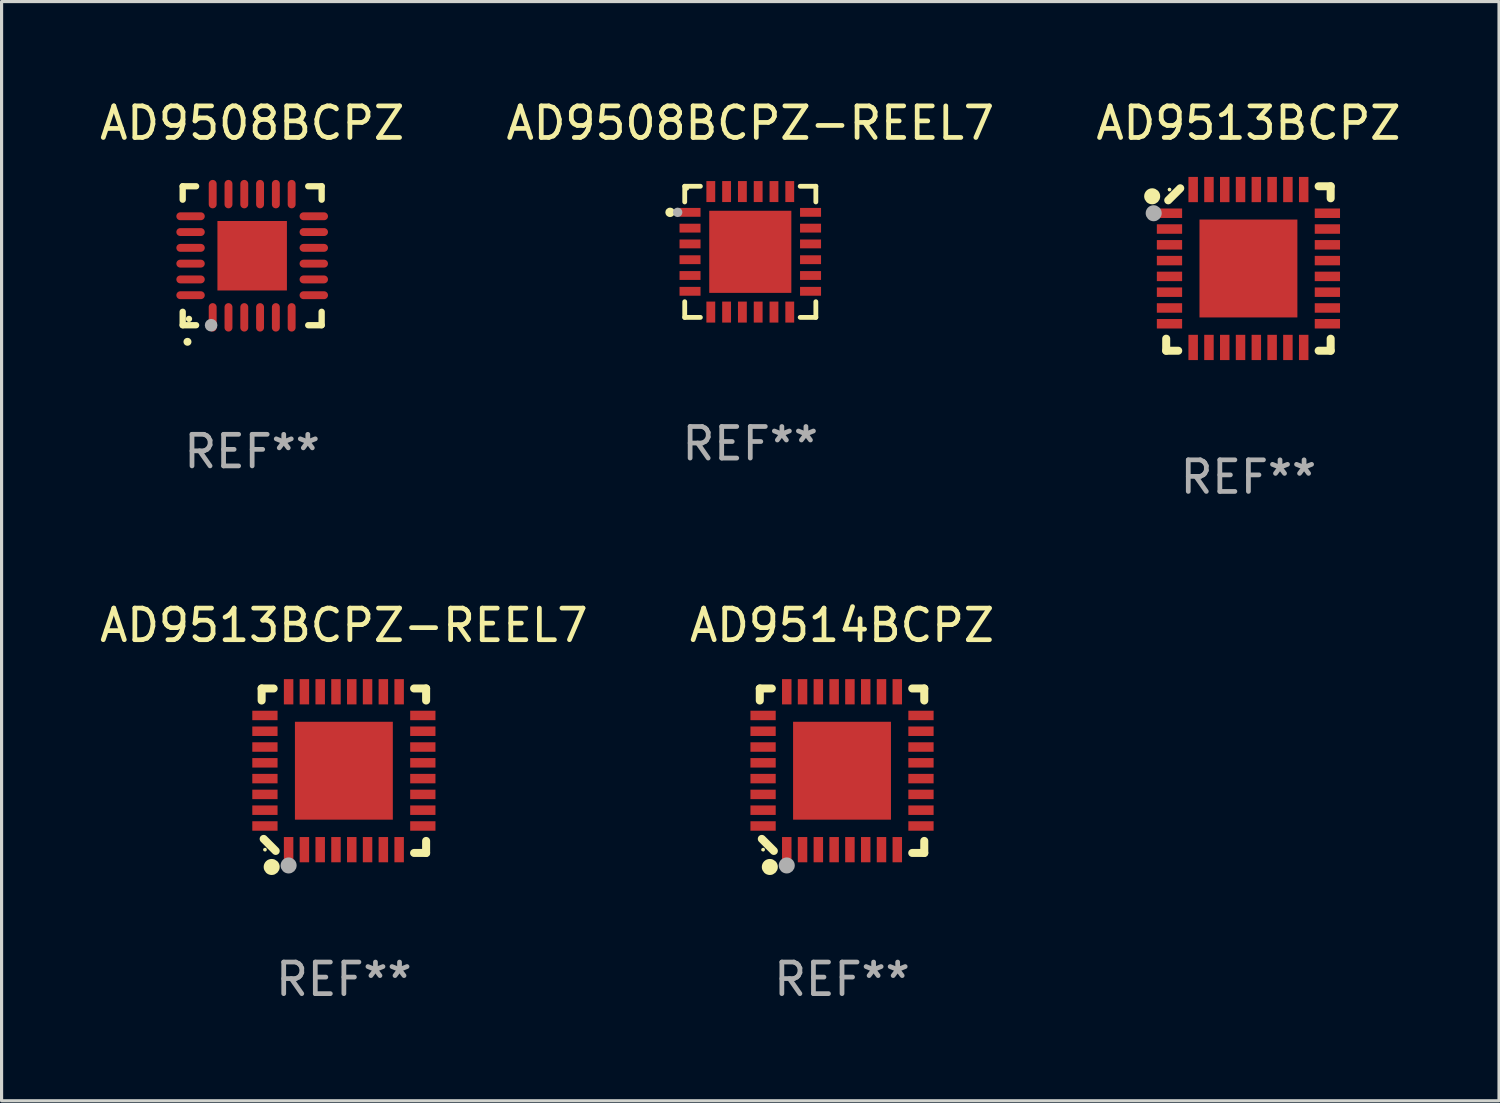
<source format=kicad_pcb>
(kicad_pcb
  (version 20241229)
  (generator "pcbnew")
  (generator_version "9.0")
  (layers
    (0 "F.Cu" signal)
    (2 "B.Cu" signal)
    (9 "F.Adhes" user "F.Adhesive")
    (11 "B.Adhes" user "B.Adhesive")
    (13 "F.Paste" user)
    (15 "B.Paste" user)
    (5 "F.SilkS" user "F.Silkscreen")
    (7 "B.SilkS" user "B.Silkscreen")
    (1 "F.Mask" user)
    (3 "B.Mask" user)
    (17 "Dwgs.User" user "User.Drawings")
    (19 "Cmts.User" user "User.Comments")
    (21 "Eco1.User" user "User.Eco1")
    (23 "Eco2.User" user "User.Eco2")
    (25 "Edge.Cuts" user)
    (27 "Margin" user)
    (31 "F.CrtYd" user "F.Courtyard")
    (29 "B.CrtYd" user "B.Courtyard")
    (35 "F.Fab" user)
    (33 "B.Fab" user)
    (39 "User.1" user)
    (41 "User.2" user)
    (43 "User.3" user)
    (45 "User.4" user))
  (footprint "AD9508BCPZ"
    (layer "F.Cu")
    (at 4.935 5.048)
    (property "Reference" "AD9508BCPZ" (at 0 -4.2 0) (layer "F.SilkS") (effects (font (size 1 1) (thickness 0.15))))
    (attr through_hole)
    (fp_line (start -2.2 -2.2) (end -2.2 -1.775) (stroke (width 0.2) (type solid)) (layer "F.SilkS"))
    (fp_line (start -2.2 2.2) (end -2.2 1.775) (stroke (width 0.2) (type solid)) (layer "F.SilkS"))
    (fp_line (start -1.775 -2.2) (end -2.2 -2.2) (stroke (width 0.2) (type solid)) (layer "F.SilkS"))
    (fp_line (start -1.775 2.2) (end -2.2 2.2) (stroke (width 0.2) (type solid)) (layer "F.SilkS"))
    (fp_line (start 2.2 -2.2) (end 1.775 -2.2) (stroke (width 0.2) (type solid)) (layer "F.SilkS"))
    (fp_line (start 2.2 -1.775) (end 2.2 -2.2) (stroke (width 0.2) (type solid)) (layer "F.SilkS"))
    (fp_line (start 2.2 1.775) (end 2.2 2.2) (stroke (width 0.2) (type solid)) (layer "F.SilkS"))
    (fp_line (start 2.2 2.2) (end 1.775 2.2) (stroke (width 0.2) (type solid)) (layer "F.SilkS"))
    (fp_arc (start -2.049784 2.725425) (mid -2.048514 2.725419) (end -2.047244 2.725425) (stroke (width 0.25) (type solid)) (layer "F.SilkS"))
    (fp_circle (center -2 2) (end -1.95 2) (stroke (width 0.1) (type solid)) (fill no) (layer "F.SilkS"))
    (fp_circle (center -1.3 2.2) (end -1.2 2.2) (stroke (width 0.2) (type solid)) (fill no) (layer "F.Fab"))
    (fp_text user "REF**" (at 0 6.2 0) (layer "F.Fab") (effects (font (size 1 1) (thickness 0.15))))
    (pad "1" smd oval (at -1.25 1.951) (size 0.25 0.9) (layers "F.Cu" "F.Mask" "F.Paste"))
    (pad "2" smd oval (at -0.75 1.951) (size 0.25 0.9) (layers "F.Cu" "F.Mask" "F.Paste"))
    (pad "3" smd oval (at -0.25 1.951) (size 0.25 0.9) (layers "F.Cu" "F.Mask" "F.Paste"))
    (pad "4" smd oval (at 0.25 1.951) (size 0.25 0.9) (layers "F.Cu" "F.Mask" "F.Paste"))
    (pad "5" smd oval (at 0.75 1.951) (size 0.25 0.9) (layers "F.Cu" "F.Mask" "F.Paste"))
    (pad "6" smd oval (at 1.25 1.951) (size 0.25 0.9) (layers "F.Cu" "F.Mask" "F.Paste"))
    (pad "7" smd oval (at 1.951 1.25) (size 0.9 0.25) (layers "F.Cu" "F.Mask" "F.Paste"))
    (pad "8" smd oval (at 1.951 0.75) (size 0.9 0.25) (layers "F.Cu" "F.Mask" "F.Paste"))
    (pad "9" smd oval (at 1.951 0.25) (size 0.9 0.25) (layers "F.Cu" "F.Mask" "F.Paste"))
    (pad "10" smd oval (at 1.951 -0.25) (size 0.9 0.25) (layers "F.Cu" "F.Mask" "F.Paste"))
    (pad "11" smd oval (at 1.951 -0.75) (size 0.9 0.25) (layers "F.Cu" "F.Mask" "F.Paste"))
    (pad "12" smd oval (at 1.951 -1.25) (size 0.9 0.25) (layers "F.Cu" "F.Mask" "F.Paste"))
    (pad "13" smd oval (at 1.25 -1.951) (size 0.25 0.9) (layers "F.Cu" "F.Mask" "F.Paste"))
    (pad "14" smd oval (at 0.75 -1.951) (size 0.25 0.9) (layers "F.Cu" "F.Mask" "F.Paste"))
    (pad "15" smd oval (at 0.25 -1.951) (size 0.25 0.9) (layers "F.Cu" "F.Mask" "F.Paste"))
    (pad "16" smd oval (at -0.25 -1.951) (size 0.25 0.9) (layers "F.Cu" "F.Mask" "F.Paste"))
    (pad "17" smd oval (at -0.75 -1.951) (size 0.25 0.9) (layers "F.Cu" "F.Mask" "F.Paste"))
    (pad "18" smd oval (at -1.25 -1.951) (size 0.25 0.9) (layers "F.Cu" "F.Mask" "F.Paste"))
    (pad "19" smd oval (at -1.951 -1.25) (size 0.9 0.25) (layers "F.Cu" "F.Mask" "F.Paste"))
    (pad "20" smd oval (at -1.951 -0.75) (size 0.9 0.25) (layers "F.Cu" "F.Mask" "F.Paste"))
    (pad "21" smd oval (at -1.951 -0.25) (size 0.9 0.25) (layers "F.Cu" "F.Mask" "F.Paste"))
    (pad "22" smd oval (at -1.951 0.25) (size 0.9 0.25) (layers "F.Cu" "F.Mask" "F.Paste"))
    (pad "23" smd oval (at -1.951 0.75) (size 0.9 0.25) (layers "F.Cu" "F.Mask" "F.Paste"))
    (pad "24" smd oval (at -1.951 1.25) (size 0.9 0.25) (layers "F.Cu" "F.Mask" "F.Paste"))
    (pad "25" smd rect (at 0.000076 0) (size 2.2 2.2) (layers "F.Cu" "F.Mask" "F.Paste")))
  (footprint "AD9508BCPZ-REEL7"
    (layer "F.Cu")
    (at 20.708 4.924)
    (property "Reference" "AD9508BCPZ-REEL7" (at 0 -4.076 0) (layer "F.SilkS") (effects (font (size 1 1) (thickness 0.15))))
    (attr through_hole)
    (fp_line (start -2.076 -2.076) (end -2.076 -1.58) (stroke (width 0.152) (type solid)) (layer "F.SilkS"))
    (fp_line (start -2.076 2.076) (end -2.076 1.58) (stroke (width 0.152) (type solid)) (layer "F.SilkS"))
    (fp_line (start -1.58 -2.076) (end -2.076 -2.076) (stroke (width 0.152) (type solid)) (layer "F.SilkS"))
    (fp_line (start -1.58 2.076) (end -2.076 2.076) (stroke (width 0.152) (type solid)) (layer "F.SilkS"))
    (fp_line (start 1.58 -2.076) (end 2.076 -2.076) (stroke (width 0.152) (type solid)) (layer "F.SilkS"))
    (fp_line (start 1.58 2.076) (end 2.076 2.076) (stroke (width 0.152) (type solid)) (layer "F.SilkS"))
    (fp_line (start 2.076 -2.076) (end 2.076 -1.58) (stroke (width 0.152) (type solid)) (layer "F.SilkS"))
    (fp_line (start 2.076 2.076) (end 2.076 1.58) (stroke (width 0.152) (type solid)) (layer "F.SilkS"))
    (fp_circle (center -2.54 -1.25) (end -2.465 -1.25) (stroke (width 0.15) (type solid)) (fill no) (layer "F.SilkS"))
    (fp_circle (center -2 -2) (end -1.97 -2) (stroke (width 0.06) (type solid)) (fill no) (layer "F.SilkS"))
    (fp_circle (center -2.3 -1.25) (end -2.225 -1.25) (stroke (width 0.15) (type solid)) (fill no) (layer "F.Fab"))
    (fp_text user "REF**" (at 0 6.076 0) (layer "F.Fab") (effects (font (size 1 1) (thickness 0.15))))
    (pad "1" smd rect (at -1.908 -1.25) (size 0.665 0.28) (layers "F.Cu" "F.Mask" "F.Paste"))
    (pad "2" smd rect (at -1.908 -0.75) (size 0.665 0.28) (layers "F.Cu" "F.Mask" "F.Paste"))
    (pad "3" smd rect (at -1.908 -0.25) (size 0.665 0.28) (layers "F.Cu" "F.Mask" "F.Paste"))
    (pad "4" smd rect (at -1.908 0.25) (size 0.665 0.28) (layers "F.Cu" "F.Mask" "F.Paste"))
    (pad "5" smd rect (at -1.908 0.75) (size 0.665 0.28) (layers "F.Cu" "F.Mask" "F.Paste"))
    (pad "6" smd rect (at -1.908 1.25) (size 0.665 0.28) (layers "F.Cu" "F.Mask" "F.Paste"))
    (pad "7" smd rect (at -1.25 1.908) (size 0.28 0.665) (layers "F.Cu" "F.Mask" "F.Paste"))
    (pad "8" smd rect (at -0.75 1.908) (size 0.28 0.665) (layers "F.Cu" "F.Mask" "F.Paste"))
    (pad "9" smd rect (at -0.25 1.908) (size 0.28 0.665) (layers "F.Cu" "F.Mask" "F.Paste"))
    (pad "10" smd rect (at 0.25 1.908) (size 0.28 0.665) (layers "F.Cu" "F.Mask" "F.Paste"))
    (pad "11" smd rect (at 0.75 1.908) (size 0.28 0.665) (layers "F.Cu" "F.Mask" "F.Paste"))
    (pad "12" smd rect (at 1.25 1.908) (size 0.28 0.665) (layers "F.Cu" "F.Mask" "F.Paste"))
    (pad "13" smd rect (at 1.908 1.25) (size 0.665 0.28) (layers "F.Cu" "F.Mask" "F.Paste"))
    (pad "14" smd rect (at 1.908 0.75) (size 0.665 0.28) (layers "F.Cu" "F.Mask" "F.Paste"))
    (pad "15" smd rect (at 1.908 0.25) (size 0.665 0.28) (layers "F.Cu" "F.Mask" "F.Paste"))
    (pad "16" smd rect (at 1.908 -0.25) (size 0.665 0.28) (layers "F.Cu" "F.Mask" "F.Paste"))
    (pad "17" smd rect (at 1.908 -0.75) (size 0.665 0.28) (layers "F.Cu" "F.Mask" "F.Paste"))
    (pad "18" smd rect (at 1.908 -1.25) (size 0.665 0.28) (layers "F.Cu" "F.Mask" "F.Paste"))
    (pad "19" smd rect (at 1.25 -1.908) (size 0.28 0.665) (layers "F.Cu" "F.Mask" "F.Paste"))
    (pad "20" smd rect (at 0.75 -1.908) (size 0.28 0.665) (layers "F.Cu" "F.Mask" "F.Paste"))
    (pad "21" smd rect (at 0.25 -1.908) (size 0.28 0.665) (layers "F.Cu" "F.Mask" "F.Paste"))
    (pad "22" smd rect (at -0.25 -1.908) (size 0.28 0.665) (layers "F.Cu" "F.Mask" "F.Paste"))
    (pad "23" smd rect (at -0.75 -1.908) (size 0.28 0.665) (layers "F.Cu" "F.Mask" "F.Paste"))
    (pad "24" smd rect (at -1.25 -1.908) (size 0.28 0.665) (layers "F.Cu" "F.Mask" "F.Paste"))
    (pad "25" smd rect (at 0 0) (size 2.6 2.6) (layers "F.Cu" "F.Mask" "F.Paste")))
  (footprint "AD9513BCPZ-REEL7"
    (layer "F.Cu")
    (at 7.839 21.355)
    (property "Reference" "AD9513BCPZ-REEL7" (at 0 -4.604 0) (layer "F.SilkS") (effects (font (size 1 1) (thickness 0.15))))
    (attr through_hole)
    (fp_line (start -2.604 -2.604) (end -2.604 -2.223) (stroke (width 0.254) (type solid)) (layer "F.SilkS"))
    (fp_line (start -2.54 2.159) (end -2.159 2.54) (stroke (width 0.254) (type solid)) (layer "F.SilkS"))
    (fp_line (start -2.223 -2.604) (end -2.604 -2.604) (stroke (width 0.254) (type solid)) (layer "F.SilkS"))
    (fp_line (start 2.223 2.604) (end 2.604 2.604) (stroke (width 0.254) (type solid)) (layer "F.SilkS"))
    (fp_line (start 2.604 -2.604) (end 2.223 -2.604) (stroke (width 0.254) (type solid)) (layer "F.SilkS"))
    (fp_line (start 2.604 -2.223) (end 2.604 -2.604) (stroke (width 0.254) (type solid)) (layer "F.SilkS"))
    (fp_line (start 2.604 2.604) (end 2.604 2.223) (stroke (width 0.254) (type solid)) (layer "F.SilkS"))
    (fp_circle (center -2.5 2.5) (end -2.47 2.5) (stroke (width 0.06) (type solid)) (fill no) (layer "F.SilkS"))
    (fp_circle (center -2.286 3.048) (end -2.159 3.048) (stroke (width 0.254) (type solid)) (fill no) (layer "F.SilkS"))
    (fp_circle (center -1.75 3) (end -1.623 3) (stroke (width 0.254) (type solid)) (fill no) (layer "F.Fab"))
    (fp_text user "REF**" (at 0 6.604 0) (layer "F.Fab") (effects (font (size 1 1) (thickness 0.15))))
    (pad "1" smd rect (at -1.75 2.5) (size 0.3 0.8) (layers "F.Cu" "F.Mask" "F.Paste"))
    (pad "2" smd rect (at -1.25 2.5) (size 0.3 0.8) (layers "F.Cu" "F.Mask" "F.Paste"))
    (pad "3" smd rect (at -0.75 2.5) (size 0.3 0.8) (layers "F.Cu" "F.Mask" "F.Paste"))
    (pad "4" smd rect (at -0.25 2.5) (size 0.3 0.8) (layers "F.Cu" "F.Mask" "F.Paste"))
    (pad "5" smd rect (at 0.25 2.5) (size 0.3 0.8) (layers "F.Cu" "F.Mask" "F.Paste"))
    (pad "6" smd rect (at 0.75 2.5) (size 0.3 0.8) (layers "F.Cu" "F.Mask" "F.Paste"))
    (pad "7" smd rect (at 1.25 2.5) (size 0.3 0.8) (layers "F.Cu" "F.Mask" "F.Paste"))
    (pad "8" smd rect (at 1.75 2.5) (size 0.3 0.8) (layers "F.Cu" "F.Mask" "F.Paste"))
    (pad "9" smd rect (at 2.5 1.75) (size 0.8 0.3) (layers "F.Cu" "F.Mask" "F.Paste"))
    (pad "10" smd rect (at 2.5 1.25) (size 0.8 0.3) (layers "F.Cu" "F.Mask" "F.Paste"))
    (pad "11" smd rect (at 2.5 0.75) (size 0.8 0.3) (layers "F.Cu" "F.Mask" "F.Paste"))
    (pad "12" smd rect (at 2.5 0.25) (size 0.8 0.3) (layers "F.Cu" "F.Mask" "F.Paste"))
    (pad "13" smd rect (at 2.5 -0.25) (size 0.8 0.3) (layers "F.Cu" "F.Mask" "F.Paste"))
    (pad "14" smd rect (at 2.5 -0.75) (size 0.8 0.3) (layers "F.Cu" "F.Mask" "F.Paste"))
    (pad "15" smd rect (at 2.5 -1.25) (size 0.8 0.3) (layers "F.Cu" "F.Mask" "F.Paste"))
    (pad "16" smd rect (at 2.5 -1.75) (size 0.8 0.3) (layers "F.Cu" "F.Mask" "F.Paste"))
    (pad "17" smd rect (at 1.75 -2.5) (size 0.3 0.8) (layers "F.Cu" "F.Mask" "F.Paste"))
    (pad "18" smd rect (at 1.25 -2.5) (size 0.3 0.8) (layers "F.Cu" "F.Mask" "F.Paste"))
    (pad "19" smd rect (at 0.75 -2.5) (size 0.3 0.8) (layers "F.Cu" "F.Mask" "F.Paste"))
    (pad "20" smd rect (at 0.25 -2.5) (size 0.3 0.8) (layers "F.Cu" "F.Mask" "F.Paste"))
    (pad "21" smd rect (at -0.25 -2.5) (size 0.3 0.8) (layers "F.Cu" "F.Mask" "F.Paste"))
    (pad "22" smd rect (at -0.75 -2.5) (size 0.3 0.8) (layers "F.Cu" "F.Mask" "F.Paste"))
    (pad "23" smd rect (at -1.25 -2.5) (size 0.3 0.8) (layers "F.Cu" "F.Mask" "F.Paste"))
    (pad "24" smd rect (at -1.75 -2.5) (size 0.3 0.8) (layers "F.Cu" "F.Mask" "F.Paste"))
    (pad "25" smd rect (at -2.5 -1.75) (size 0.8 0.3) (layers "F.Cu" "F.Mask" "F.Paste"))
    (pad "26" smd rect (at -2.5 -1.25) (size 0.8 0.3) (layers "F.Cu" "F.Mask" "F.Paste"))
    (pad "27" smd rect (at -2.5 -0.75) (size 0.8 0.3) (layers "F.Cu" "F.Mask" "F.Paste"))
    (pad "28" smd rect (at -2.5 -0.25) (size 0.8 0.3) (layers "F.Cu" "F.Mask" "F.Paste"))
    (pad "29" smd rect (at -2.5 0.25) (size 0.8 0.3) (layers "F.Cu" "F.Mask" "F.Paste"))
    (pad "30" smd rect (at -2.5 0.75) (size 0.8 0.3) (layers "F.Cu" "F.Mask" "F.Paste"))
    (pad "31" smd rect (at -2.5 1.25) (size 0.8 0.3) (layers "F.Cu" "F.Mask" "F.Paste"))
    (pad "32" smd rect (at -2.5 1.75) (size 0.8 0.3) (layers "F.Cu" "F.Mask" "F.Paste"))
    (pad "33" smd rect (at 0 -0.000025) (size 3.1 3.1) (layers "F.Cu" "F.Mask" "F.Paste")))
  (footprint "AD9513BCPZ"
    (layer "F.Cu")
    (at 36.482 5.452)
    (property "Reference" "AD9513BCPZ" (at 0 -4.604 0) (layer "F.SilkS") (effects (font (size 1 1) (thickness 0.15))))
    (attr through_hole)
    (fp_line (start -2.604 2.223) (end -2.604 2.604) (stroke (width 0.254) (type solid)) (layer "F.SilkS"))
    (fp_line (start -2.604 2.604) (end -2.223 2.604) (stroke (width 0.254) (type solid)) (layer "F.SilkS"))
    (fp_line (start -2.159 -2.54) (end -2.54 -2.159) (stroke (width 0.254) (type solid)) (layer "F.SilkS"))
    (fp_line (start 2.223 2.604) (end 2.604 2.604) (stroke (width 0.254) (type solid)) (layer "F.SilkS"))
    (fp_line (start 2.604 -2.604) (end 2.223 -2.604) (stroke (width 0.254) (type solid)) (layer "F.SilkS"))
    (fp_line (start 2.604 -2.223) (end 2.604 -2.604) (stroke (width 0.254) (type solid)) (layer "F.SilkS"))
    (fp_line (start 2.604 2.604) (end 2.604 2.223) (stroke (width 0.254) (type solid)) (layer "F.SilkS"))
    (fp_circle (center -3.048 -2.286) (end -2.921 -2.286) (stroke (width 0.254) (type solid)) (fill no) (layer "F.SilkS"))
    (fp_circle (center -2.5 -2.5) (end -2.47 -2.5) (stroke (width 0.06) (type solid)) (fill no) (layer "F.SilkS"))
    (fp_circle (center -3 -1.75) (end -2.873 -1.75) (stroke (width 0.254) (type solid)) (fill no) (layer "F.Fab"))
    (fp_text user "REF**" (at 0 6.604 0) (layer "F.Fab") (effects (font (size 1 1) (thickness 0.15))))
    (pad "1" smd rect (at -2.5 -1.75 270) (size 0.3 0.8) (layers "F.Cu" "F.Mask" "F.Paste"))
    (pad "2" smd rect (at -2.5 -1.25 270) (size 0.3 0.8) (layers "F.Cu" "F.Mask" "F.Paste"))
    (pad "3" smd rect (at -2.5 -0.75 270) (size 0.3 0.8) (layers "F.Cu" "F.Mask" "F.Paste"))
    (pad "4" smd rect (at -2.5 -0.25 270) (size 0.3 0.8) (layers "F.Cu" "F.Mask" "F.Paste"))
    (pad "5" smd rect (at -2.5 0.25 270) (size 0.3 0.8) (layers "F.Cu" "F.Mask" "F.Paste"))
    (pad "6" smd rect (at -2.5 0.75 270) (size 0.3 0.8) (layers "F.Cu" "F.Mask" "F.Paste"))
    (pad "7" smd rect (at -2.5 1.25 270) (size 0.3 0.8) (layers "F.Cu" "F.Mask" "F.Paste"))
    (pad "8" smd rect (at -2.5 1.75 270) (size 0.3 0.8) (layers "F.Cu" "F.Mask" "F.Paste"))
    (pad "9" smd rect (at -1.75 2.5 270) (size 0.8 0.3) (layers "F.Cu" "F.Mask" "F.Paste"))
    (pad "10" smd rect (at -1.25 2.5 270) (size 0.8 0.3) (layers "F.Cu" "F.Mask" "F.Paste"))
    (pad "11" smd rect (at -0.75 2.5 270) (size 0.8 0.3) (layers "F.Cu" "F.Mask" "F.Paste"))
    (pad "12" smd rect (at -0.25 2.5 270) (size 0.8 0.3) (layers "F.Cu" "F.Mask" "F.Paste"))
    (pad "13" smd rect (at 0.25 2.5 270) (size 0.8 0.3) (layers "F.Cu" "F.Mask" "F.Paste"))
    (pad "14" smd rect (at 0.75 2.5 270) (size 0.8 0.3) (layers "F.Cu" "F.Mask" "F.Paste"))
    (pad "15" smd rect (at 1.25 2.5 270) (size 0.8 0.3) (layers "F.Cu" "F.Mask" "F.Paste"))
    (pad "16" smd rect (at 1.75 2.5 270) (size 0.8 0.3) (layers "F.Cu" "F.Mask" "F.Paste"))
    (pad "17" smd rect (at 2.5 1.75 270) (size 0.3 0.8) (layers "F.Cu" "F.Mask" "F.Paste"))
    (pad "18" smd rect (at 2.5 1.25 270) (size 0.3 0.8) (layers "F.Cu" "F.Mask" "F.Paste"))
    (pad "19" smd rect (at 2.5 0.75 270) (size 0.3 0.8) (layers "F.Cu" "F.Mask" "F.Paste"))
    (pad "20" smd rect (at 2.5 0.25 270) (size 0.3 0.8) (layers "F.Cu" "F.Mask" "F.Paste"))
    (pad "21" smd rect (at 2.5 -0.25 270) (size 0.3 0.8) (layers "F.Cu" "F.Mask" "F.Paste"))
    (pad "22" smd rect (at 2.5 -0.75 270) (size 0.3 0.8) (layers "F.Cu" "F.Mask" "F.Paste"))
    (pad "23" smd rect (at 2.5 -1.25 270) (size 0.3 0.8) (layers "F.Cu" "F.Mask" "F.Paste"))
    (pad "24" smd rect (at 2.5 -1.75 270) (size 0.3 0.8) (layers "F.Cu" "F.Mask" "F.Paste"))
    (pad "25" smd rect (at 1.75 -2.5 270) (size 0.8 0.3) (layers "F.Cu" "F.Mask" "F.Paste"))
    (pad "26" smd rect (at 1.25 -2.5 270) (size 0.8 0.3) (layers "F.Cu" "F.Mask" "F.Paste"))
    (pad "27" smd rect (at 0.75 -2.5 270) (size 0.8 0.3) (layers "F.Cu" "F.Mask" "F.Paste"))
    (pad "28" smd rect (at 0.25 -2.5 270) (size 0.8 0.3) (layers "F.Cu" "F.Mask" "F.Paste"))
    (pad "29" smd rect (at -0.25 -2.5 270) (size 0.8 0.3) (layers "F.Cu" "F.Mask" "F.Paste"))
    (pad "30" smd rect (at -0.75 -2.5 270) (size 0.8 0.3) (layers "F.Cu" "F.Mask" "F.Paste"))
    (pad "31" smd rect (at -1.25 -2.5 270) (size 0.8 0.3) (layers "F.Cu" "F.Mask" "F.Paste"))
    (pad "32" smd rect (at -1.75 -2.5 270) (size 0.8 0.3) (layers "F.Cu" "F.Mask" "F.Paste"))
    (pad "33" smd rect (at 0.000025 0 270) (size 3.1 3.1) (layers "F.Cu" "F.Mask" "F.Paste")))
  (footprint "AD9514BCPZ"
    (layer "F.Cu")
    (at 23.613 21.355)
    (property "Reference" "AD9514BCPZ" (at 0 -4.604 0) (layer "F.SilkS") (effects (font (size 1 1) (thickness 0.15))))
    (attr through_hole)
    (fp_line (start -2.604 -2.604) (end -2.604 -2.223) (stroke (width 0.254) (type solid)) (layer "F.SilkS"))
    (fp_line (start -2.54 2.159) (end -2.159 2.54) (stroke (width 0.254) (type solid)) (layer "F.SilkS"))
    (fp_line (start -2.223 -2.604) (end -2.604 -2.604) (stroke (width 0.254) (type solid)) (layer "F.SilkS"))
    (fp_line (start 2.223 2.604) (end 2.604 2.604) (stroke (width 0.254) (type solid)) (layer "F.SilkS"))
    (fp_line (start 2.604 -2.604) (end 2.223 -2.604) (stroke (width 0.254) (type solid)) (layer "F.SilkS"))
    (fp_line (start 2.604 -2.223) (end 2.604 -2.604) (stroke (width 0.254) (type solid)) (layer "F.SilkS"))
    (fp_line (start 2.604 2.604) (end 2.604 2.223) (stroke (width 0.254) (type solid)) (layer "F.SilkS"))
    (fp_circle (center -2.5 2.5) (end -2.47 2.5) (stroke (width 0.06) (type solid)) (fill no) (layer "F.SilkS"))
    (fp_circle (center -2.286 3.048) (end -2.159 3.048) (stroke (width 0.254) (type solid)) (fill no) (layer "F.SilkS"))
    (fp_circle (center -1.75 3) (end -1.623 3) (stroke (width 0.254) (type solid)) (fill no) (layer "F.Fab"))
    (fp_text user "REF**" (at 0 6.604 0) (layer "F.Fab") (effects (font (size 1 1) (thickness 0.15))))
    (pad "1" smd rect (at -1.75 2.5) (size 0.3 0.8) (layers "F.Cu" "F.Mask" "F.Paste"))
    (pad "2" smd rect (at -1.25 2.5) (size 0.3 0.8) (layers "F.Cu" "F.Mask" "F.Paste"))
    (pad "3" smd rect (at -0.75 2.5) (size 0.3 0.8) (layers "F.Cu" "F.Mask" "F.Paste"))
    (pad "4" smd rect (at -0.25 2.5) (size 0.3 0.8) (layers "F.Cu" "F.Mask" "F.Paste"))
    (pad "5" smd rect (at 0.25 2.5) (size 0.3 0.8) (layers "F.Cu" "F.Mask" "F.Paste"))
    (pad "6" smd rect (at 0.75 2.5) (size 0.3 0.8) (layers "F.Cu" "F.Mask" "F.Paste"))
    (pad "7" smd rect (at 1.25 2.5) (size 0.3 0.8) (layers "F.Cu" "F.Mask" "F.Paste"))
    (pad "8" smd rect (at 1.75 2.5) (size 0.3 0.8) (layers "F.Cu" "F.Mask" "F.Paste"))
    (pad "9" smd rect (at 2.5 1.75) (size 0.8 0.3) (layers "F.Cu" "F.Mask" "F.Paste"))
    (pad "10" smd rect (at 2.5 1.25) (size 0.8 0.3) (layers "F.Cu" "F.Mask" "F.Paste"))
    (pad "11" smd rect (at 2.5 0.75) (size 0.8 0.3) (layers "F.Cu" "F.Mask" "F.Paste"))
    (pad "12" smd rect (at 2.5 0.25) (size 0.8 0.3) (layers "F.Cu" "F.Mask" "F.Paste"))
    (pad "13" smd rect (at 2.5 -0.25) (size 0.8 0.3) (layers "F.Cu" "F.Mask" "F.Paste"))
    (pad "14" smd rect (at 2.5 -0.75) (size 0.8 0.3) (layers "F.Cu" "F.Mask" "F.Paste"))
    (pad "15" smd rect (at 2.5 -1.25) (size 0.8 0.3) (layers "F.Cu" "F.Mask" "F.Paste"))
    (pad "16" smd rect (at 2.5 -1.75) (size 0.8 0.3) (layers "F.Cu" "F.Mask" "F.Paste"))
    (pad "17" smd rect (at 1.75 -2.5) (size 0.3 0.8) (layers "F.Cu" "F.Mask" "F.Paste"))
    (pad "18" smd rect (at 1.25 -2.5) (size 0.3 0.8) (layers "F.Cu" "F.Mask" "F.Paste"))
    (pad "19" smd rect (at 0.75 -2.5) (size 0.3 0.8) (layers "F.Cu" "F.Mask" "F.Paste"))
    (pad "20" smd rect (at 0.25 -2.5) (size 0.3 0.8) (layers "F.Cu" "F.Mask" "F.Paste"))
    (pad "21" smd rect (at -0.25 -2.5) (size 0.3 0.8) (layers "F.Cu" "F.Mask" "F.Paste"))
    (pad "22" smd rect (at -0.75 -2.5) (size 0.3 0.8) (layers "F.Cu" "F.Mask" "F.Paste"))
    (pad "23" smd rect (at -1.25 -2.5) (size 0.3 0.8) (layers "F.Cu" "F.Mask" "F.Paste"))
    (pad "24" smd rect (at -1.75 -2.5) (size 0.3 0.8) (layers "F.Cu" "F.Mask" "F.Paste"))
    (pad "25" smd rect (at -2.5 -1.75) (size 0.8 0.3) (layers "F.Cu" "F.Mask" "F.Paste"))
    (pad "26" smd rect (at -2.5 -1.25) (size 0.8 0.3) (layers "F.Cu" "F.Mask" "F.Paste"))
    (pad "27" smd rect (at -2.5 -0.75) (size 0.8 0.3) (layers "F.Cu" "F.Mask" "F.Paste"))
    (pad "28" smd rect (at -2.5 -0.25) (size 0.8 0.3) (layers "F.Cu" "F.Mask" "F.Paste"))
    (pad "29" smd rect (at -2.5 0.25) (size 0.8 0.3) (layers "F.Cu" "F.Mask" "F.Paste"))
    (pad "30" smd rect (at -2.5 0.75) (size 0.8 0.3) (layers "F.Cu" "F.Mask" "F.Paste"))
    (pad "31" smd rect (at -2.5 1.25) (size 0.8 0.3) (layers "F.Cu" "F.Mask" "F.Paste"))
    (pad "32" smd rect (at -2.5 1.75) (size 0.8 0.3) (layers "F.Cu" "F.Mask" "F.Paste"))
    (pad "33" smd rect (at 0 -0.000025) (size 3.1 3.1) (layers "F.Cu" "F.Mask" "F.Paste")))
  (gr_rect
    (start -3 -3)
    (end 44.417 31.807)
    (stroke (width 0.1) (type default))
    (fill no)
    (layer "Edge.Cuts")))
</source>
